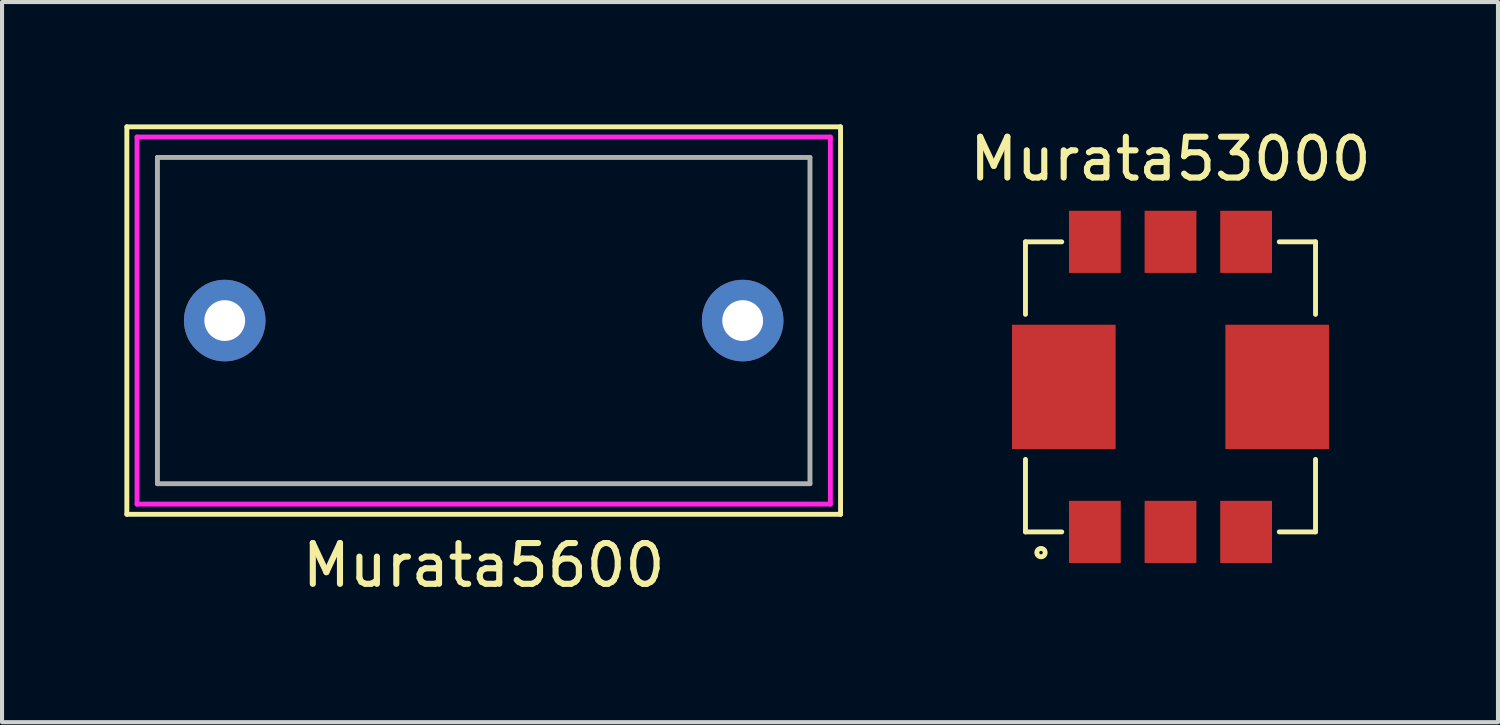
<source format=kicad_pcb>
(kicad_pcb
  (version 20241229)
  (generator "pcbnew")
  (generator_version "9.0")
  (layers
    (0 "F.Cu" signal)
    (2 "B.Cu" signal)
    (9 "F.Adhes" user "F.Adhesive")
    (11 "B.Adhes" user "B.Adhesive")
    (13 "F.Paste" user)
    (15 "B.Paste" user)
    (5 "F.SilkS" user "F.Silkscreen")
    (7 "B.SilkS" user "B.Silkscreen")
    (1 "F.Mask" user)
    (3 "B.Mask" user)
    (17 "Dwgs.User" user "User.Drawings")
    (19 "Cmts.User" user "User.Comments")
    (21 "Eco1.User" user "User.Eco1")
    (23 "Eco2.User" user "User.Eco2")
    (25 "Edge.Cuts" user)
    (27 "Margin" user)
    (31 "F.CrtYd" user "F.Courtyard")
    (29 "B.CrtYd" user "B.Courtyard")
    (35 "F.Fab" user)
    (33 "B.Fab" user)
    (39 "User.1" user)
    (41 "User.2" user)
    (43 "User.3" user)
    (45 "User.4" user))
  (footprint "Murata53000"
    (layer "F.Cu")
    (at 25.65 6.436)
    (property "Reference" "Murata53000" (at 0 -5.588 0) (layer "F.SilkS") (effects (font (size 1 1) (thickness 0.15))))
    (attr through_hole)
    (fp_line (start -3.556 -3.556) (end -2.667 -3.556) (stroke (width 0.12) (type solid)) (layer "F.SilkS"))
    (fp_line (start -3.556 -1.778) (end -3.556 -3.556) (stroke (width 0.12) (type solid)) (layer "F.SilkS"))
    (fp_line (start -3.556 3.556) (end -3.556 1.778) (stroke (width 0.12) (type solid)) (layer "F.SilkS"))
    (fp_line (start -2.667 3.556) (end -3.556 3.556) (stroke (width 0.12) (type solid)) (layer "F.SilkS"))
    (fp_line (start 2.667 -3.556) (end 3.556 -3.556) (stroke (width 0.12) (type solid)) (layer "F.SilkS"))
    (fp_line (start 3.556 -3.556) (end 3.556 -1.778) (stroke (width 0.12) (type solid)) (layer "F.SilkS"))
    (fp_line (start 3.556 1.778) (end 3.556 3.556) (stroke (width 0.12) (type solid)) (layer "F.SilkS"))
    (fp_line (start 3.556 3.556) (end 2.667 3.556) (stroke (width 0.12) (type solid)) (layer "F.SilkS"))
    (fp_circle (center -3.175 4.064) (end -3.073 4.064) (stroke (width 0.12) (type solid)) (fill no) (layer "F.SilkS"))
    (pad "1" smd rect (at -1.854 3.556) (size 1.27 1.524) (layers "F.Cu" "F.Mask" "F.Paste"))
    (pad "2" smd rect (at 0 3.556) (size 1.27 1.524) (layers "F.Cu" "F.Mask" "F.Paste"))
    (pad "3" smd rect (at 1.854 3.556) (size 1.27 1.524) (layers "F.Cu" "F.Mask" "F.Paste"))
    (pad "4" smd rect (at 1.854 -3.556) (size 1.27 1.524) (layers "F.Cu" "F.Mask" "F.Paste"))
    (pad "5" smd rect (at 0 -3.556) (size 1.27 1.524) (layers "F.Cu" "F.Mask" "F.Paste"))
    (pad "6" smd rect (at -1.854 -3.556) (size 1.27 1.524) (layers "F.Cu" "F.Mask" "F.Paste"))
    (pad "7" smd rect (at 2.616 0) (size 2.54 3.048) (layers "F.Cu" "F.Mask" "F.Paste"))
    (pad "8" smd rect (at -2.616 0) (size 2.54 3.048) (layers "F.Cu" "F.Mask" "F.Paste")))
  (footprint "Murata5600"
    (layer "F.Cu")
    (at 8.81 4.81)
    (property "Reference" "Murata5600" (at 0 6 0) (layer "F.SilkS") (effects (font (size 1 1) (thickness 0.15))))
    (attr through_hole)
    (fp_line (start -8.75 -4.75) (end 8.75 -4.75) (stroke (width 0.12) (type solid)) (layer "F.SilkS"))
    (fp_line (start -8.75 4.75) (end -8.75 -4.75) (stroke (width 0.12) (type solid)) (layer "F.SilkS"))
    (fp_line (start 8.75 -4.75) (end 8.75 4.75) (stroke (width 0.12) (type solid)) (layer "F.SilkS"))
    (fp_line (start 8.75 4.75) (end -8.75 4.75) (stroke (width 0.12) (type solid)) (layer "F.SilkS"))
    (fp_line (start -8.5 -4.5) (end 8.5 -4.5) (stroke (width 0.12) (type solid)) (layer "F.CrtYd"))
    (fp_line (start -8.5 4.5) (end -8.5 -4.5) (stroke (width 0.12) (type solid)) (layer "F.CrtYd"))
    (fp_line (start 8.5 -4.5) (end 8.5 4.5) (stroke (width 0.12) (type solid)) (layer "F.CrtYd"))
    (fp_line (start 8.5 4.5) (end -8.5 4.5) (stroke (width 0.12) (type solid)) (layer "F.CrtYd"))
    (fp_line (start -8 -4) (end 8 -4) (stroke (width 0.12) (type solid)) (layer "F.Fab"))
    (fp_line (start -8 4) (end -8 -4) (stroke (width 0.12) (type solid)) (layer "F.Fab"))
    (fp_line (start 8 -4) (end 8 4) (stroke (width 0.12) (type solid)) (layer "F.Fab"))
    (fp_line (start 8 4) (end -8 4) (stroke (width 0.12) (type solid)) (layer "F.Fab"))
    (pad "1" thru_hole circle (at -6.35 0) (size 2 2) (drill 1) (layers "*.Cu" "*.Mask"))
    (pad "2" thru_hole circle (at 6.35 0) (size 2 2) (drill 1) (layers "*.Cu" "*.Mask")))
  (gr_rect
    (start -3 -3)
    (end 33.68 14.658)
    (stroke (width 0.1) (type default))
    (fill no)
    (layer "Edge.Cuts")))
</source>
